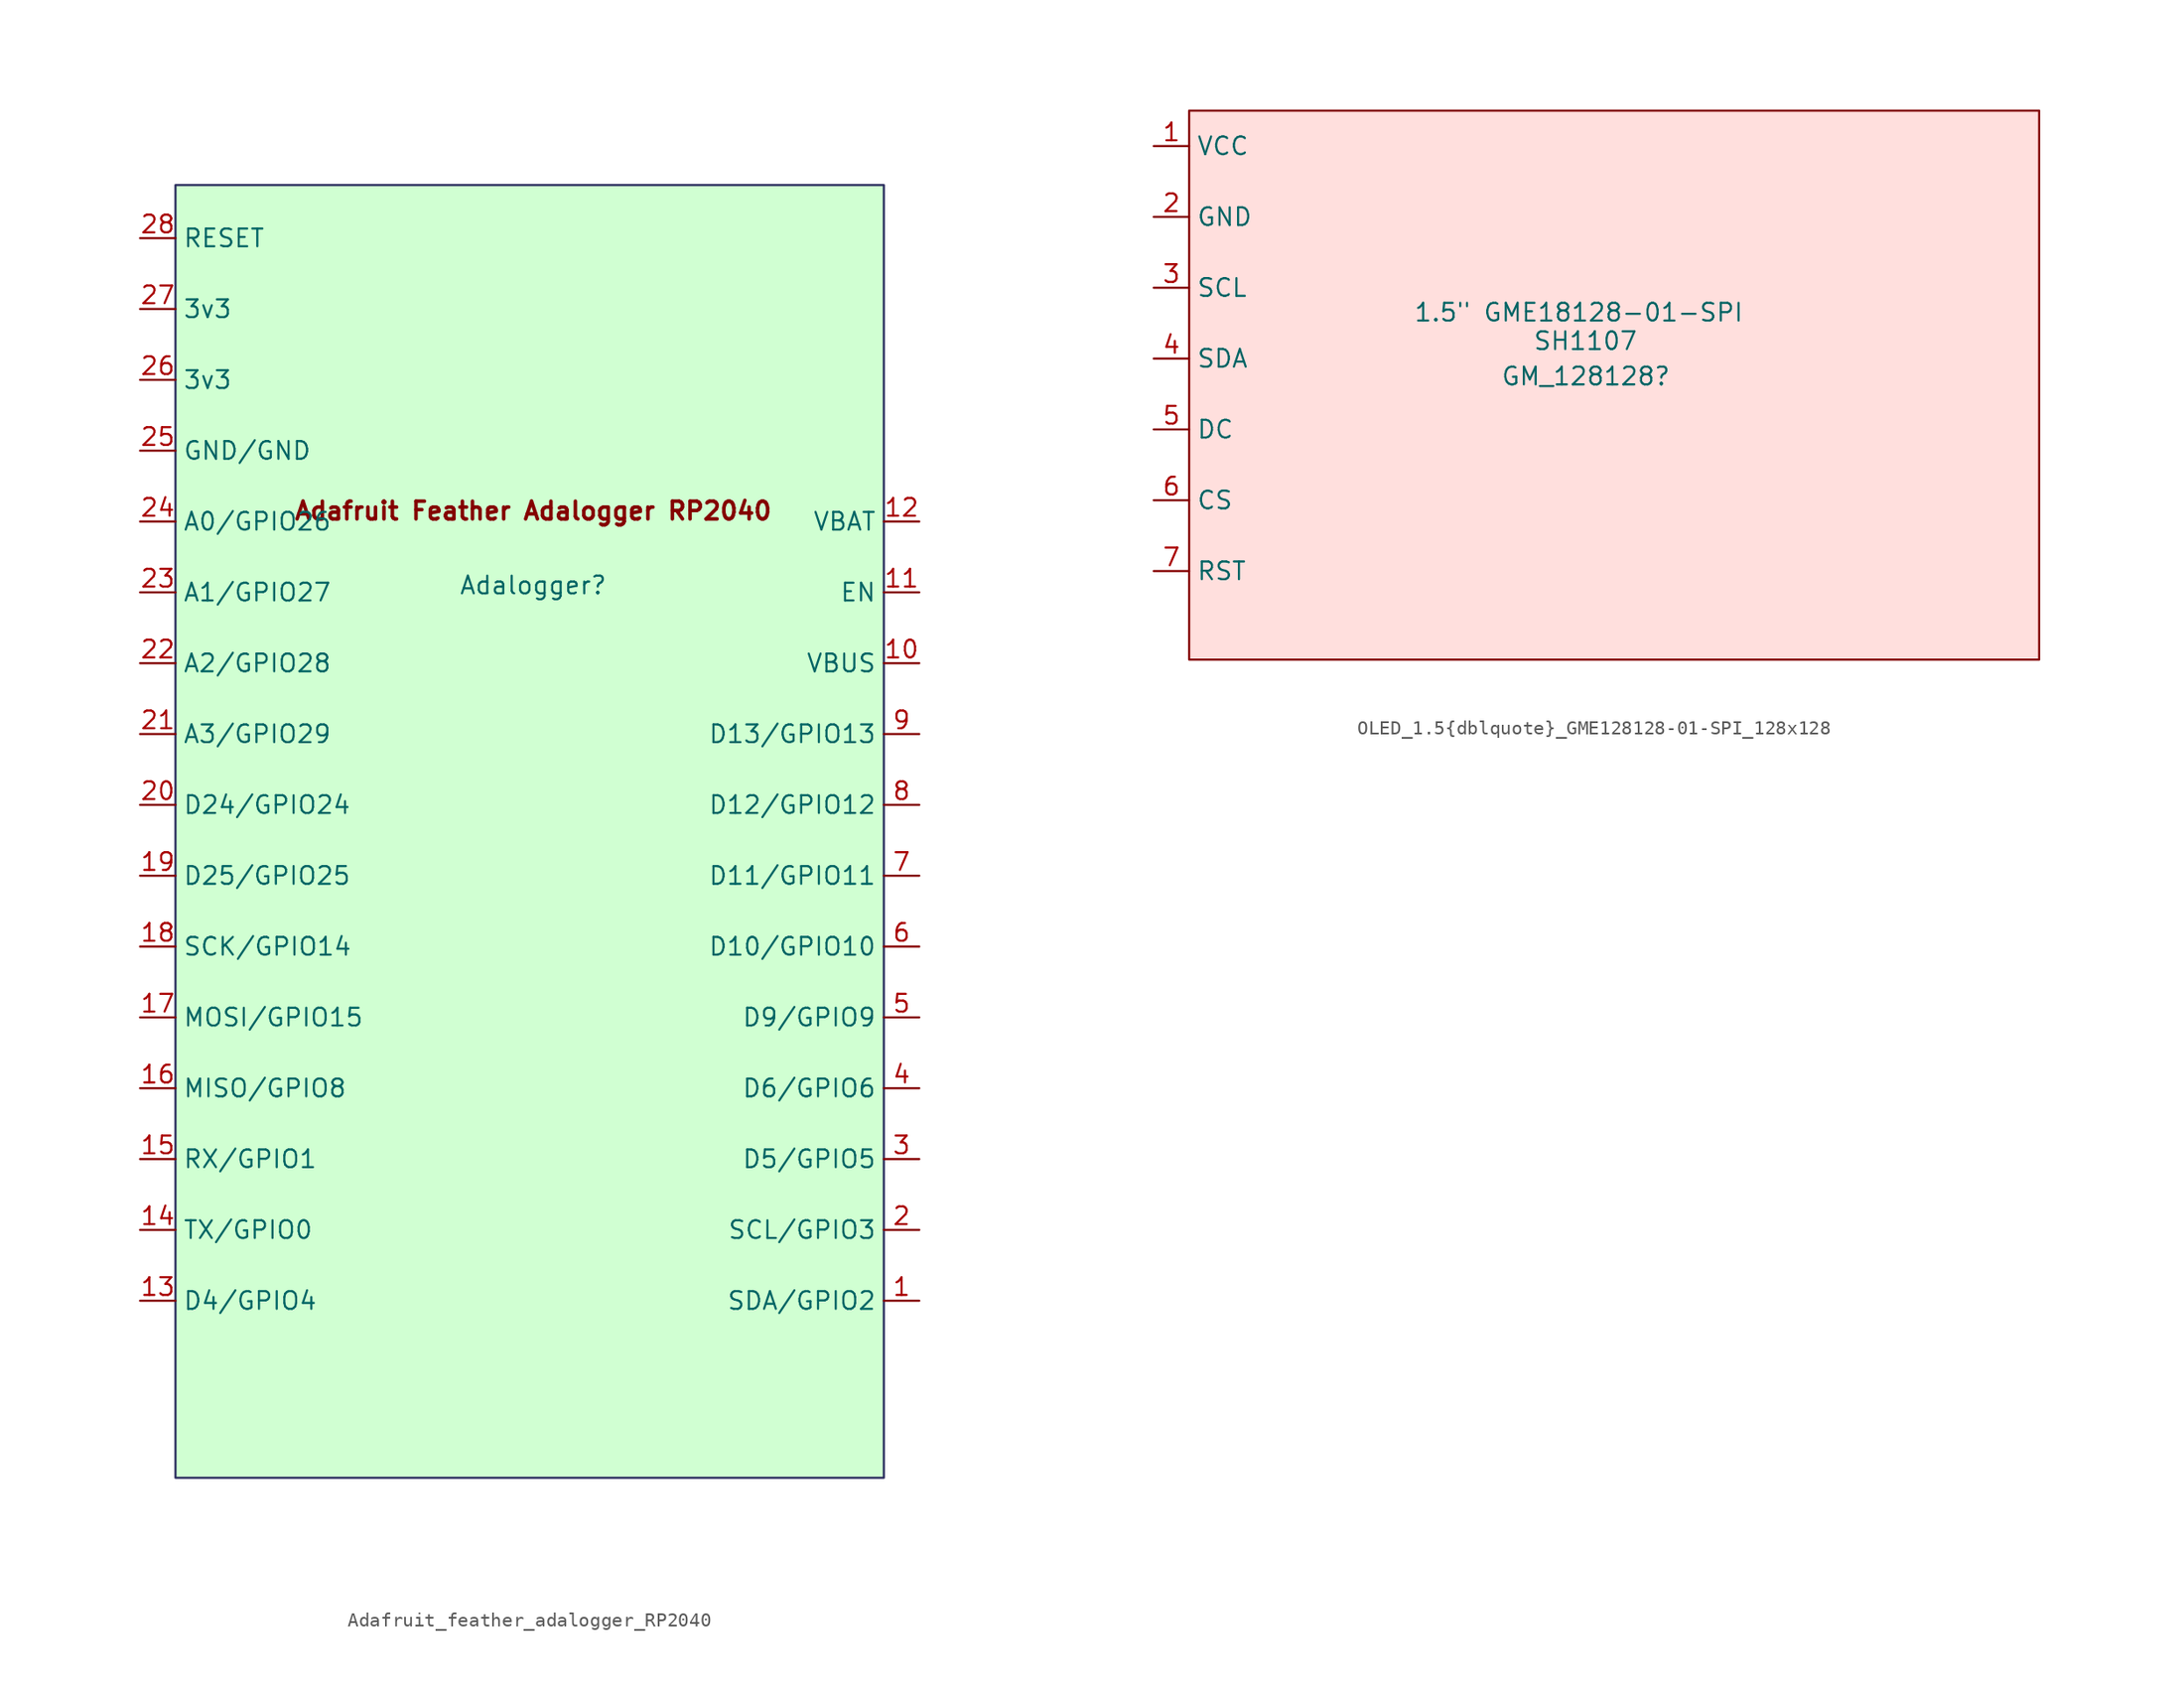
<source format=kicad_sym>
(kicad_symbol_lib
  (version 20241209)
  (generator "kicad_symbol_editor")
  (generator_version "9.0")
  (symbol "Adafruit_feather_adalogger_RP2040"
    (property "Reference" "Adalogger"
      (at 0.254 0.508 0)
      (effects (font (size 1.27 1.27))))
    (property "Value" ""
      (at 0 0 0)
      (effects (font (size 1.27 1.27))))
    (symbol "Adafruit_feather_adalogger_RP2040_1_1"
      (rectangle (start -25.4 29.21) (end 25.4 -63.5) (stroke (width 0) (type solid) (color 43 45 94 1)) (fill (type color) (color 208 255 210 1)))
      (text "Adafruit Feather Adalogger RP2040\n" (at 0.254 5.842 0) (effects (font (size 1.27 1.27) (thickness 0.254) (bold yes))))
      (pin input line (at -27.94 25.4 0) (length 2.54) (name "RESET" (effects (font (size 1.27 1.27)))) (number "28" (effects (font (size 1.27 1.27)))))
      (pin power_out line (at -27.94 20.32 0) (length 2.54) (name "3v3" (effects (font (size 1.27 1.27)))) (number "27" (effects (font (size 1.27 1.27)))))
      (pin power_out line (at -27.94 15.24 0) (length 2.54) (name "3v3" (effects (font (size 1.27 1.27)))) (number "26" (effects (font (size 1.27 1.27)))))
      (pin power_out line (at -27.94 10.16 0) (length 2.54) (name "GND/GND" (effects (font (size 1.27 1.27)))) (number "25" (effects (font (size 1.27 1.27)))))
      (pin bidirectional line (at -27.94 5.08 0) (length 2.54) (name "A0/GPIO26" (effects (font (size 1.27 1.27)))) (number "24" (effects (font (size 1.27 1.27)))))
      (pin bidirectional line (at -27.94 0 0) (length 2.54) (name "A1/GPIO27" (effects (font (size 1.27 1.27)))) (number "23" (effects (font (size 1.27 1.27)))))
      (pin bidirectional line (at -27.94 -5.08 0) (length 2.54) (name "A2/GPIO28" (effects (font (size 1.27 1.27)))) (number "22" (effects (font (size 1.27 1.27)))))
      (pin bidirectional line (at -27.94 -10.16 0) (length 2.54) (name "A3/GPIO29" (effects (font (size 1.27 1.27)))) (number "21" (effects (font (size 1.27 1.27)))))
      (pin bidirectional line (at -27.94 -15.24 0) (length 2.54) (name "D24/GPIO24" (effects (font (size 1.27 1.27)))) (number "20" (effects (font (size 1.27 1.27)))))
      (pin bidirectional line (at -27.94 -20.32 0) (length 2.54) (name "D25/GPIO25" (effects (font (size 1.27 1.27)))) (number "19" (effects (font (size 1.27 1.27)))))
      (pin bidirectional line (at -27.94 -25.4 0) (length 2.54) (name "SCK/GPIO14" (effects (font (size 1.27 1.27)))) (number "18" (effects (font (size 1.27 1.27)))))
      (pin bidirectional line (at -27.94 -30.48 0) (length 2.54) (name "MOSI/GPIO15" (effects (font (size 1.27 1.27)))) (number "17" (effects (font (size 1.27 1.27)))))
      (pin bidirectional line (at -27.94 -35.56 0) (length 2.54) (name "MISO/GPIO8" (effects (font (size 1.27 1.27)))) (number "16" (effects (font (size 1.27 1.27)))))
      (pin bidirectional line (at -27.94 -40.64 0) (length 2.54) (name "RX/GPIO1" (effects (font (size 1.27 1.27)))) (number "15" (effects (font (size 1.27 1.27)))))
      (pin bidirectional line (at -27.94 -45.72 0) (length 2.54) (name "TX/GPIO0" (effects (font (size 1.27 1.27)))) (number "14" (effects (font (size 1.27 1.27)))))
      (pin bidirectional line (at -27.94 -50.8 0) (length 2.54) (name "D4/GPIO4" (effects (font (size 1.27 1.27)))) (number "13" (effects (font (size 1.27 1.27)))))
      (pin input line (at 27.94 5.08 180) (length 2.54) (name "VBAT" (effects (font (size 1.27 1.27)))) (number "12" (effects (font (size 1.27 1.27)))))
      (pin input line (at 27.94 0 180) (length 2.54) (name "EN" (effects (font (size 1.27 1.27)))) (number "11" (effects (font (size 1.27 1.27)))))
      (pin input line (at 27.94 -5.08 180) (length 2.54) (name "VBUS" (effects (font (size 1.27 1.27)))) (number "10" (effects (font (size 1.27 1.27)))))
      (pin bidirectional line (at 27.94 -10.16 180) (length 2.54) (name "D13/GPIO13" (effects (font (size 1.27 1.27)))) (number "9" (effects (font (size 1.27 1.27)))))
      (pin bidirectional line (at 27.94 -15.24 180) (length 2.54) (name "D12/GPIO12" (effects (font (size 1.27 1.27)))) (number "8" (effects (font (size 1.27 1.27)))))
      (pin bidirectional line (at 27.94 -20.32 180) (length 2.54) (name "D11/GPIO11" (effects (font (size 1.27 1.27)))) (number "7" (effects (font (size 1.27 1.27)))))
      (pin bidirectional line (at 27.94 -25.4 180) (length 2.54) (name "D10/GPIO10" (effects (font (size 1.27 1.27)))) (number "6" (effects (font (size 1.27 1.27)))))
      (pin bidirectional line (at 27.94 -30.48 180) (length 2.54) (name "D9/GPIO9" (effects (font (size 1.27 1.27)))) (number "5" (effects (font (size 1.27 1.27)))))
      (pin bidirectional line (at 27.94 -35.56 180) (length 2.54) (name "D6/GPIO6" (effects (font (size 1.27 1.27)))) (number "4" (effects (font (size 1.27 1.27)))))
      (pin bidirectional line (at 27.94 -40.64 180) (length 2.54) (name "D5/GPIO5" (effects (font (size 1.27 1.27)))) (number "3" (effects (font (size 1.27 1.27)))))
      (pin bidirectional line (at 27.94 -45.72 180) (length 2.54) (name "SCL/GPIO3" (effects (font (size 1.27 1.27)))) (number "2" (effects (font (size 1.27 1.27)))))
      (pin bidirectional line (at 27.94 -50.8 180) (length 2.54) (name "SDA/GPIO2" (effects (font (size 1.27 1.27)))) (number "1" (effects (font (size 1.27 1.27)))))))
  (symbol "OLED_1.5{dblquote}_GME128128-01-SPI_128x128"
    (property "Reference" "GM_128128"
      (at 0.508 -1.27 0)
      (effects (font (size 1.27 1.27))))
    (property "Value" "1.5{dblquote} GME18128-01-SPI\n SH1107"
      (at 0 2.286 0)
      (effects (font (size 1.27 1.27))))
    (symbol "OLED_1.5{dblquote}_GME128128-01-SPI_128x128_1_1"
      (rectangle (start -27.94 17.78) (end 33.02 -21.59) (stroke (width 0) (type solid)) (fill (type color) (color 255 223 221 1)))
      (pin power_in line (at -30.48 15.24 0) (length 2.54) (name "VCC" (effects (font (size 1.27 1.27)))) (number "1" (effects (font (size 1.27 1.27)))))
      (pin power_in line (at -30.48 10.16 0) (length 2.54) (name "GND" (effects (font (size 1.27 1.27)))) (number "2" (effects (font (size 1.27 1.27)))))
      (pin input line (at -30.48 5.08 0) (length 2.54) (name "SCL" (effects (font (size 1.27 1.27)))) (number "3" (effects (font (size 1.27 1.27)))))
      (pin input line (at -30.48 0 0) (length 2.54) (name "SDA" (effects (font (size 1.27 1.27)))) (number "4" (effects (font (size 1.27 1.27)))))
      (pin input line (at -30.48 -5.08 0) (length 2.54) (name "DC" (effects (font (size 1.27 1.27)))) (number "5" (effects (font (size 1.27 1.27)))))
      (pin input line (at -30.48 -10.16 0) (length 2.54) (name "CS" (effects (font (size 1.27 1.27)))) (number "6" (effects (font (size 1.27 1.27)))))
      (pin input line (at -30.48 -15.24 0) (length 2.54) (name "RST" (effects (font (size 1.27 1.27)))) (number "7" (effects (font (size 1.27 1.27))))))))
</source>
